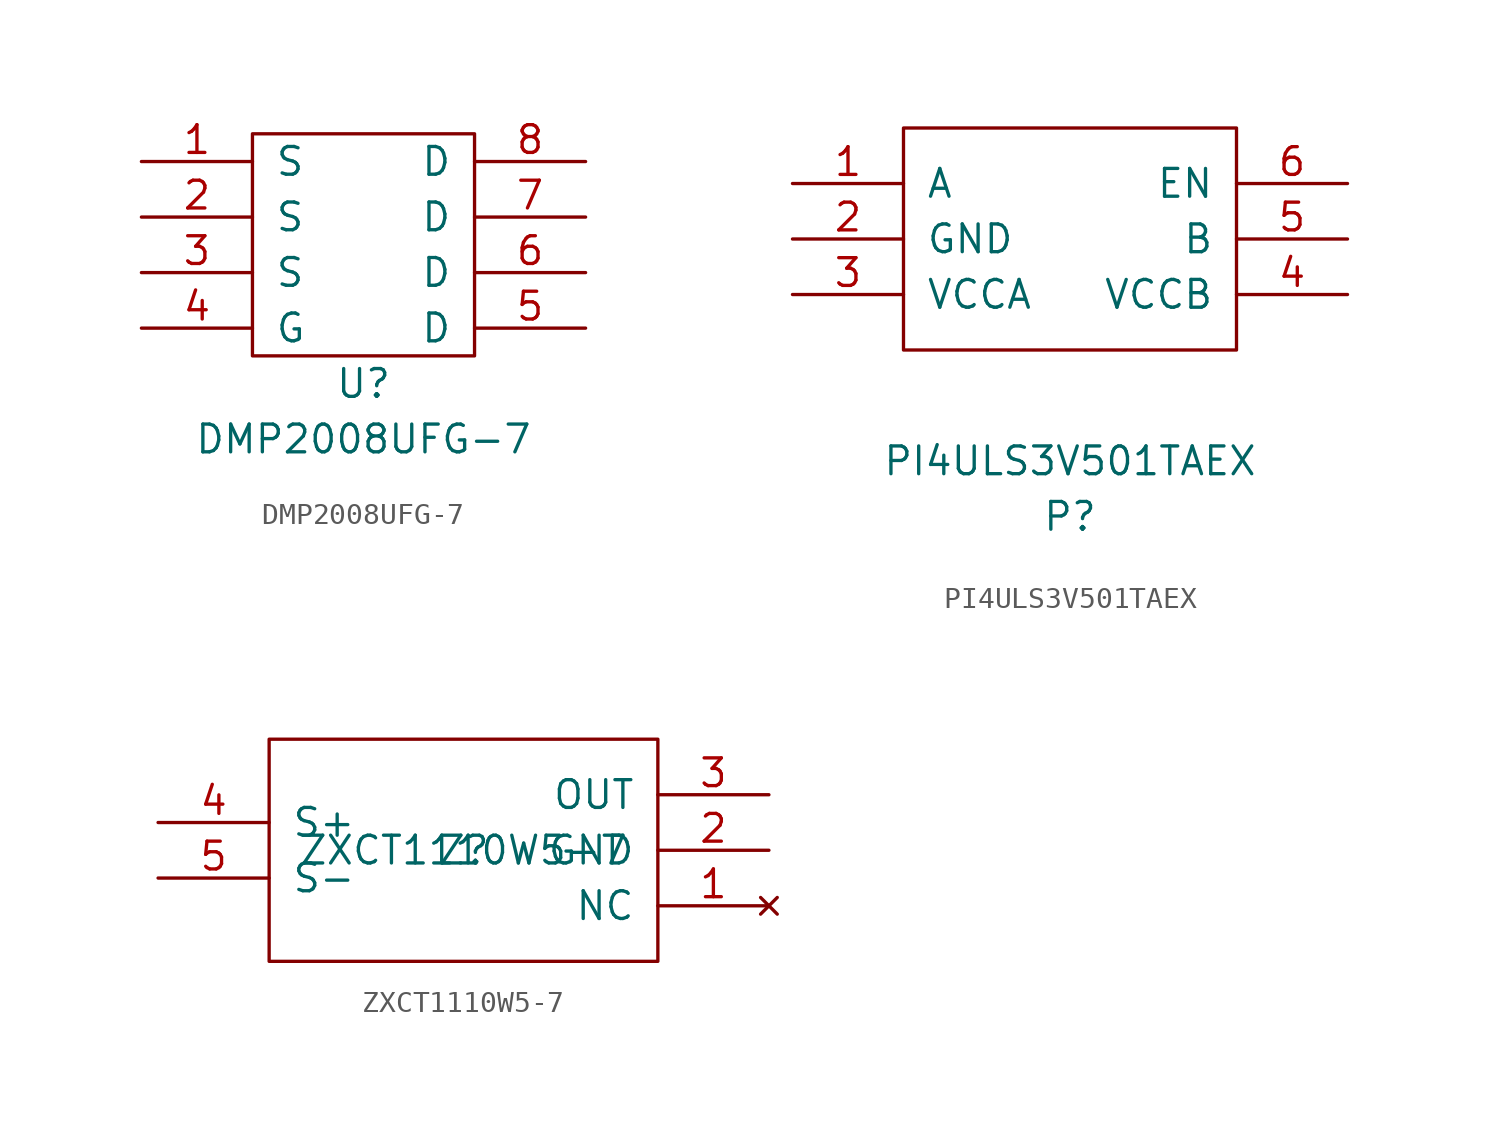
<source format=kicad_sym>
(kicad_symbol_lib
  (version 20211014)
  (generator kicad_symbol_editor)
  (symbol "DMP2008UFG-7"
    (pin_names
      (offset 1.016))
    (property "Reference" "U"
      (at 0 -6.35 0)
      (effects (font (size 1.27 1.27))))
    (property "Value" "DMP2008UFG-7"
      (at 0 -8.89 0)
      (effects (font (size 1.27 1.27))))
    (symbol "DMP2008UFG-7_0_0"
      (pin power_out line (at -10.16 3.81 0) (length 5.08) (name "S" (effects (font (size 1.27 1.27)))) (number "1" (effects (font (size 1.27 1.27)))))
      (pin power_out line (at -10.16 1.27 0) (length 5.08) (name "S" (effects (font (size 1.27 1.27)))) (number "2" (effects (font (size 1.27 1.27)))))
      (pin power_out line (at -10.16 -1.27 0) (length 5.08) (name "S" (effects (font (size 1.27 1.27)))) (number "3" (effects (font (size 1.27 1.27)))))
      (pin input line (at -10.16 -3.81 0) (length 5.08) (name "G" (effects (font (size 1.27 1.27)))) (number "4" (effects (font (size 1.27 1.27)))))
      (pin power_in line (at 10.16 -3.81 180) (length 5.08) (name "D" (effects (font (size 1.27 1.27)))) (number "5" (effects (font (size 1.27 1.27)))))
      (pin power_in line (at 10.16 -1.27 180) (length 5.08) (name "D" (effects (font (size 1.27 1.27)))) (number "6" (effects (font (size 1.27 1.27)))))
      (pin power_in line (at 10.16 1.27 180) (length 5.08) (name "D" (effects (font (size 1.27 1.27)))) (number "7" (effects (font (size 1.27 1.27)))))
      (pin power_in line (at 10.16 3.81 180) (length 5.08) (name "D" (effects (font (size 1.27 1.27)))) (number "8" (effects (font (size 1.27 1.27))))))
    (symbol "DMP2008UFG-7_0_1"
      (rectangle (start -5.08 5.08) (end 5.08 -5.08) (stroke (width 0) (type default) (color 0 0 0 0)) (fill (type none)))))
  (symbol "PI4ULS3V501TAEX"
    (pin_names
      (offset 1.016))
    (property "Reference" "P"
      (at 0 -12.7 0)
      (effects (font (size 1.27 1.27))))
    (property "Value" "PI4ULS3V501TAEX"
      (at 0 -10.16 0)
      (effects (font (size 1.27 1.27))))
    (symbol "PI4ULS3V501TAEX_0_0"
      (pin bidirectional line (at -12.7 2.54 0) (length 5.08) (name "A" (effects (font (size 1.27 1.27)))) (number "1" (effects (font (size 1.27 1.27)))))
      (pin power_in line (at -12.7 0 0) (length 5.08) (name "GND" (effects (font (size 1.27 1.27)))) (number "2" (effects (font (size 1.27 1.27)))))
      (pin power_in line (at -12.7 -2.54 0) (length 5.08) (name "VCCA" (effects (font (size 1.27 1.27)))) (number "3" (effects (font (size 1.27 1.27)))))
      (pin power_in line (at 12.7 -2.54 180) (length 5.08) (name "VCCB" (effects (font (size 1.27 1.27)))) (number "4" (effects (font (size 1.27 1.27)))))
      (pin bidirectional line (at 12.7 0 180) (length 5.08) (name "B" (effects (font (size 1.27 1.27)))) (number "5" (effects (font (size 1.27 1.27)))))
      (pin input line (at 12.7 2.54 180) (length 5.08) (name "EN" (effects (font (size 1.27 1.27)))) (number "6" (effects (font (size 1.27 1.27))))))
    (symbol "PI4ULS3V501TAEX_0_1"
      (rectangle (start -7.62 5.08) (end 7.62 -5.08) (stroke (width 0) (type default) (color 0 0 0 0)) (fill (type none)))))
  (symbol "ZXCT1110W5-7"
    (pin_names
      (offset 1.016))
    (property "Reference" "Z"
      (at 0 0 0)
      (effects (font (size 1.27 1.27))))
    (property "Value" "ZXCT1110W5-7"
      (at 0 0 0)
      (effects (font (size 1.27 1.27))))
    (symbol "ZXCT1110W5-7_0_0"
      (pin no_connect line (at 13.97 -2.54 180) (length 5.08) (name "NC" (effects (font (size 1.27 1.27)))) (number "1" (effects (font (size 1.27 1.27)))))
      (pin power_in line (at 13.97 0 180) (length 5.08) (name "GND" (effects (font (size 1.27 1.27)))) (number "2" (effects (font (size 1.27 1.27)))))
      (pin output line (at 13.97 2.54 180) (length 5.08) (name "OUT" (effects (font (size 1.27 1.27)))) (number "3" (effects (font (size 1.27 1.27)))))
      (pin input line (at -13.97 1.27 0) (length 5.08) (name "S+" (effects (font (size 1.27 1.27)))) (number "4" (effects (font (size 1.27 1.27)))))
      (pin input line (at -13.97 -1.27 0) (length 5.08) (name "S-" (effects (font (size 1.27 1.27)))) (number "5" (effects (font (size 1.27 1.27))))))
    (symbol "ZXCT1110W5-7_0_1"
      (rectangle (start -8.89 5.08) (end 8.89 -5.08) (stroke (width 0) (type default) (color 0 0 0 0)) (fill (type none))))))
</source>
